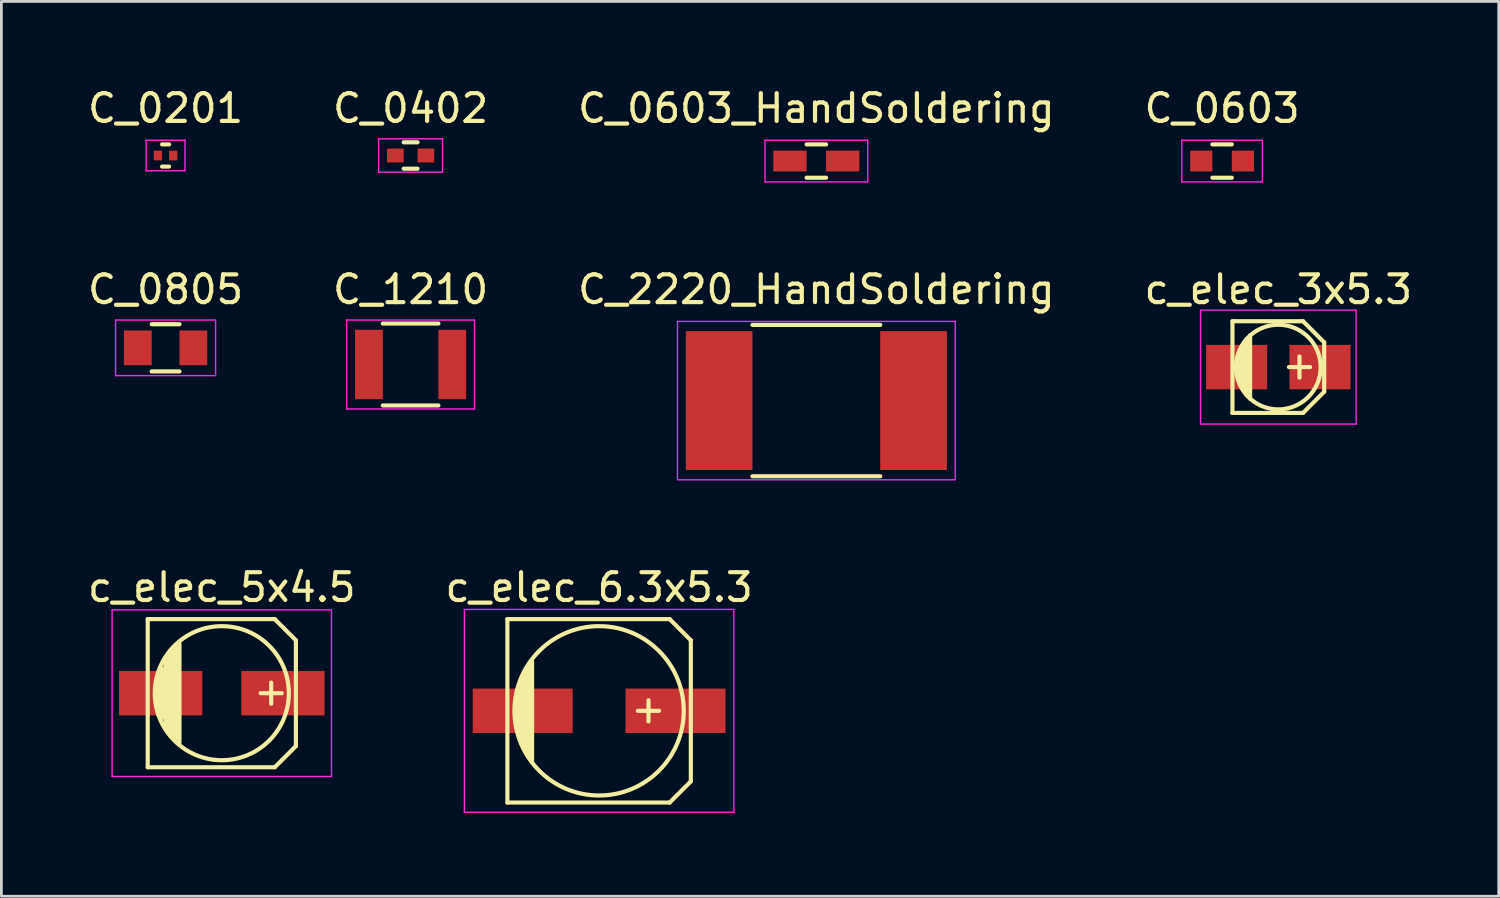
<source format=kicad_pcb>
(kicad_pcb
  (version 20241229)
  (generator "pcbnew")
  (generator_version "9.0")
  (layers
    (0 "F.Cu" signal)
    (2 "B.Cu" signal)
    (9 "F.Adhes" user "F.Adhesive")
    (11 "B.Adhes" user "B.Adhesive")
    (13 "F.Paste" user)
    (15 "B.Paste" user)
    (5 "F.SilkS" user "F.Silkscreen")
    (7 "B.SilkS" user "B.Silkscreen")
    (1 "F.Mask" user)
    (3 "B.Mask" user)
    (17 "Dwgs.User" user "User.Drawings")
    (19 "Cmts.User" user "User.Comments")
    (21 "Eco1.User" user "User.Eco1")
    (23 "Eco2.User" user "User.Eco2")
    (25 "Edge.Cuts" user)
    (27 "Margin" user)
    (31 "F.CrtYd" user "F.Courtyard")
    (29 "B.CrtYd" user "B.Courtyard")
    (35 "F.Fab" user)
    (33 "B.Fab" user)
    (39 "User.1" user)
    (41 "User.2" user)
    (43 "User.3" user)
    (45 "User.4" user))
  (footprint "C_0805"
    (layer "F.Cu")
    (at 2.911 9.472)
    (property "Reference" "C_0805" (at 0 -2.1 0) (layer "F.SilkS") (effects (font (size 1 1) (thickness 0.15))))
    (attr smd)
    (fp_line (start -0.5 0.85) (end 0.5 0.85) (stroke (width 0.15) (type solid)) (layer "F.SilkS"))
    (fp_line (start 0.5 -0.85) (end -0.5 -0.85) (stroke (width 0.15) (type solid)) (layer "F.SilkS"))
    (fp_line (start -1.8 -1) (end -1.8 1) (stroke (width 0.05) (type solid)) (layer "F.CrtYd"))
    (fp_line (start -1.8 -1) (end 1.8 -1) (stroke (width 0.05) (type solid)) (layer "F.CrtYd"))
    (fp_line (start -1.8 1) (end 1.8 1) (stroke (width 0.05) (type solid)) (layer "F.CrtYd"))
    (fp_line (start 1.8 -1) (end 1.8 1) (stroke (width 0.05) (type solid)) (layer "F.CrtYd"))
    (pad "1" smd rect (at -1 0) (size 1 1.25) (layers "F.Cu" "F.Mask" "F.Paste"))
    (pad "2" smd rect (at 1 0) (size 1 1.25) (layers "F.Cu" "F.Mask" "F.Paste")))
  (footprint "C_0201"
    (layer "F.Cu")
    (at 2.911 2.548)
    (property "Reference" "C_0201" (at 0 -1.7 0) (layer "F.SilkS") (effects (font (size 1 1) (thickness 0.15))))
    (attr smd)
    (fp_line (start -0.125 -0.4) (end 0.125 -0.4) (stroke (width 0.15) (type solid)) (layer "F.SilkS"))
    (fp_line (start 0.125 0.4) (end -0.125 0.4) (stroke (width 0.15) (type solid)) (layer "F.SilkS"))
    (fp_line (start -0.7 -0.55) (end -0.7 0.55) (stroke (width 0.05) (type solid)) (layer "F.CrtYd"))
    (fp_line (start -0.7 -0.55) (end 0.7 -0.55) (stroke (width 0.05) (type solid)) (layer "F.CrtYd"))
    (fp_line (start -0.7 0.55) (end 0.7 0.55) (stroke (width 0.05) (type solid)) (layer "F.CrtYd"))
    (fp_line (start 0.7 -0.55) (end 0.7 0.55) (stroke (width 0.05) (type solid)) (layer "F.CrtYd"))
    (pad "1" smd rect (at -0.275 0) (size 0.3 0.35) (layers "F.Cu" "F.Mask" "F.Paste"))
    (pad "2" smd rect (at 0.275 0) (size 0.3 0.35) (layers "F.Cu" "F.Mask" "F.Paste")))
  (footprint "c_elec_3x5.3"
    (layer "F.Cu")
    (at 42.97 10.165)
    (property "Reference" "c_elec_3x5.3" (at 0 -2.794 0) (layer "F.SilkS") (effects (font (size 1 1) (thickness 0.15))))
    (attr smd)
    (fp_line (start -1.651 -1.651) (end -1.651 1.651) (stroke (width 0.15) (type solid)) (layer "F.SilkS"))
    (fp_line (start -1.651 1.651) (end 0.889 1.651) (stroke (width 0.15) (type solid)) (layer "F.SilkS"))
    (fp_line (start -1.397 -0.508) (end -1.397 0.508) (stroke (width 0.15) (type solid)) (layer "F.SilkS"))
    (fp_line (start -1.27 -0.762) (end -1.27 0.762) (stroke (width 0.15) (type solid)) (layer "F.SilkS"))
    (fp_line (start -1.143 -1.016) (end -1.143 1.016) (stroke (width 0.15) (type solid)) (layer "F.SilkS"))
    (fp_line (start -1.016 -1.143) (end -1.016 1.143) (stroke (width 0.15) (type solid)) (layer "F.SilkS"))
    (fp_line (start 0.762 -0.381) (end 0.762 0.381) (stroke (width 0.15) (type solid)) (layer "F.SilkS"))
    (fp_line (start 0.889 -1.651) (end -1.651 -1.651) (stroke (width 0.15) (type solid)) (layer "F.SilkS"))
    (fp_line (start 0.889 1.651) (end 1.651 0.889) (stroke (width 0.15) (type solid)) (layer "F.SilkS"))
    (fp_line (start 1.143 0) (end 0.381 0) (stroke (width 0.15) (type solid)) (layer "F.SilkS"))
    (fp_line (start 1.651 -0.889) (end 0.889 -1.651) (stroke (width 0.15) (type solid)) (layer "F.SilkS"))
    (fp_line (start 1.651 0.889) (end 1.651 -0.889) (stroke (width 0.15) (type solid)) (layer "F.SilkS"))
    (fp_circle (center 0 0) (end 1.524 0) (stroke (width 0.15) (type solid)) (fill no) (layer "F.SilkS"))
    (fp_line (start -2.8 -2.05) (end -2.8 2.05) (stroke (width 0.05) (type solid)) (layer "F.CrtYd"))
    (fp_line (start -2.8 2.05) (end 2.8 2.05) (stroke (width 0.05) (type solid)) (layer "F.CrtYd"))
    (fp_line (start 2.8 -2.05) (end -2.8 -2.05) (stroke (width 0.05) (type solid)) (layer "F.CrtYd"))
    (fp_line (start 2.8 2.05) (end 2.8 -2.05) (stroke (width 0.05) (type solid)) (layer "F.CrtYd"))
    (pad "1" smd rect (at 1.501 0) (size 2.2 1.6) (layers "F.Cu" "F.Mask" "F.Paste"))
    (pad "2" smd rect (at -1.501 0) (size 2.2 1.6) (layers "F.Cu" "F.Mask" "F.Paste")))
  (footprint "C_0402"
    (layer "F.Cu")
    (at 11.732 2.548)
    (property "Reference" "C_0402" (at 0 -1.7 0) (layer "F.SilkS") (effects (font (size 1 1) (thickness 0.15))))
    (attr smd)
    (fp_line (start -0.25 0.475) (end 0.25 0.475) (stroke (width 0.15) (type solid)) (layer "F.SilkS"))
    (fp_line (start 0.25 -0.475) (end -0.25 -0.475) (stroke (width 0.15) (type solid)) (layer "F.SilkS"))
    (fp_line (start -1.15 -0.6) (end -1.15 0.6) (stroke (width 0.05) (type solid)) (layer "F.CrtYd"))
    (fp_line (start -1.15 -0.6) (end 1.15 -0.6) (stroke (width 0.05) (type solid)) (layer "F.CrtYd"))
    (fp_line (start -1.15 0.6) (end 1.15 0.6) (stroke (width 0.05) (type solid)) (layer "F.CrtYd"))
    (fp_line (start 1.15 -0.6) (end 1.15 0.6) (stroke (width 0.05) (type solid)) (layer "F.CrtYd"))
    (pad "1" smd rect (at -0.55 0) (size 0.6 0.5) (layers "F.Cu" "F.Mask" "F.Paste"))
    (pad "2" smd rect (at 0.55 0) (size 0.6 0.5) (layers "F.Cu" "F.Mask" "F.Paste")))
  (footprint "C_0603"
    (layer "F.Cu")
    (at 40.946 2.748)
    (property "Reference" "C_0603" (at 0 -1.9 0) (layer "F.SilkS") (effects (font (size 1 1) (thickness 0.15))))
    (attr smd)
    (fp_line (start -0.35 -0.6) (end 0.35 -0.6) (stroke (width 0.15) (type solid)) (layer "F.SilkS"))
    (fp_line (start 0.35 0.6) (end -0.35 0.6) (stroke (width 0.15) (type solid)) (layer "F.SilkS"))
    (fp_line (start -1.45 -0.75) (end -1.45 0.75) (stroke (width 0.05) (type solid)) (layer "F.CrtYd"))
    (fp_line (start -1.45 -0.75) (end 1.45 -0.75) (stroke (width 0.05) (type solid)) (layer "F.CrtYd"))
    (fp_line (start -1.45 0.75) (end 1.45 0.75) (stroke (width 0.05) (type solid)) (layer "F.CrtYd"))
    (fp_line (start 1.45 -0.75) (end 1.45 0.75) (stroke (width 0.05) (type solid)) (layer "F.CrtYd"))
    (pad "1" smd rect (at -0.75 0) (size 0.8 0.75) (layers "F.Cu" "F.Mask" "F.Paste"))
    (pad "2" smd rect (at 0.75 0) (size 0.8 0.75) (layers "F.Cu" "F.Mask" "F.Paste")))
  (footprint "C_2220_HandSoldering"
    (layer "F.Cu")
    (at 26.339 11.371)
    (property "Reference" "C_2220_HandSoldering" (at 0 -4 0) (layer "F.SilkS") (effects (font (size 1 1) (thickness 0.15))))
    (attr smd)
    (fp_line (start -2.3 2.725) (end 2.3 2.725) (stroke (width 0.15) (type solid)) (layer "F.SilkS"))
    (fp_line (start 2.3 -2.725) (end -2.3 -2.725) (stroke (width 0.15) (type solid)) (layer "F.SilkS"))
    (fp_line (start -5 -2.85) (end -5 2.85) (stroke (width 0.05) (type solid)) (layer "F.CrtYd"))
    (fp_line (start -5 -2.85) (end 5 -2.85) (stroke (width 0.05) (type solid)) (layer "F.CrtYd"))
    (fp_line (start -5 2.85) (end 5 2.85) (stroke (width 0.05) (type solid)) (layer "F.CrtYd"))
    (fp_line (start 5 -2.85) (end 5 2.85) (stroke (width 0.05) (type solid)) (layer "F.CrtYd"))
    (pad "1" smd rect (at -3.5 0) (size 2.4 5) (layers "F.Cu" "F.Mask" "F.Paste"))
    (pad "2" smd rect (at 3.5 0) (size 2.4 5) (layers "F.Cu" "F.Mask" "F.Paste")))
  (footprint "C_0603_HandSoldering"
    (layer "F.Cu")
    (at 26.339 2.748)
    (property "Reference" "C_0603_HandSoldering" (at 0 -1.9 0) (layer "F.SilkS") (effects (font (size 1 1) (thickness 0.15))))
    (attr smd)
    (fp_line (start -0.35 -0.6) (end 0.35 -0.6) (stroke (width 0.15) (type solid)) (layer "F.SilkS"))
    (fp_line (start 0.35 0.6) (end -0.35 0.6) (stroke (width 0.15) (type solid)) (layer "F.SilkS"))
    (fp_line (start -1.85 -0.75) (end -1.85 0.75) (stroke (width 0.05) (type solid)) (layer "F.CrtYd"))
    (fp_line (start -1.85 -0.75) (end 1.85 -0.75) (stroke (width 0.05) (type solid)) (layer "F.CrtYd"))
    (fp_line (start -1.85 0.75) (end 1.85 0.75) (stroke (width 0.05) (type solid)) (layer "F.CrtYd"))
    (fp_line (start 1.85 -0.75) (end 1.85 0.75) (stroke (width 0.05) (type solid)) (layer "F.CrtYd"))
    (pad "1" smd rect (at -0.95 0) (size 1.2 0.75) (layers "F.Cu" "F.Mask" "F.Paste"))
    (pad "2" smd rect (at 0.95 0) (size 1.2 0.75) (layers "F.Cu" "F.Mask" "F.Paste")))
  (footprint "c_elec_5x4.5"
    (layer "F.Cu")
    (at 4.935 21.905)
    (property "Reference" "c_elec_5x4.5" (at 0 -3.81 0) (layer "F.SilkS") (effects (font (size 1 1) (thickness 0.15))))
    (attr smd)
    (fp_line (start -2.667 -2.667) (end 1.905 -2.667) (stroke (width 0.15) (type solid)) (layer "F.SilkS"))
    (fp_line (start -2.667 2.667) (end -2.667 -2.667) (stroke (width 0.15) (type solid)) (layer "F.SilkS"))
    (fp_line (start -2.286 -0.635) (end -2.286 0.762) (stroke (width 0.15) (type solid)) (layer "F.SilkS"))
    (fp_line (start -2.159 -0.889) (end -2.159 0.889) (stroke (width 0.15) (type solid)) (layer "F.SilkS"))
    (fp_line (start -2.032 -1.27) (end -2.032 1.27) (stroke (width 0.15) (type solid)) (layer "F.SilkS"))
    (fp_line (start -1.905 1.397) (end -1.905 -1.397) (stroke (width 0.15) (type solid)) (layer "F.SilkS"))
    (fp_line (start -1.778 -1.524) (end -1.778 1.524) (stroke (width 0.15) (type solid)) (layer "F.SilkS"))
    (fp_line (start -1.651 1.651) (end -1.651 -1.651) (stroke (width 0.15) (type solid)) (layer "F.SilkS"))
    (fp_line (start -1.524 -1.778) (end -1.524 1.778) (stroke (width 0.15) (type solid)) (layer "F.SilkS"))
    (fp_line (start 1.778 -0.381) (end 1.778 0.381) (stroke (width 0.15) (type solid)) (layer "F.SilkS"))
    (fp_line (start 1.905 -2.667) (end 2.667 -1.905) (stroke (width 0.15) (type solid)) (layer "F.SilkS"))
    (fp_line (start 1.905 2.667) (end -2.667 2.667) (stroke (width 0.15) (type solid)) (layer "F.SilkS"))
    (fp_line (start 2.159 0) (end 1.397 0) (stroke (width 0.15) (type solid)) (layer "F.SilkS"))
    (fp_line (start 2.667 -1.905) (end 2.667 1.905) (stroke (width 0.15) (type solid)) (layer "F.SilkS"))
    (fp_line (start 2.667 1.905) (end 1.905 2.667) (stroke (width 0.15) (type solid)) (layer "F.SilkS"))
    (fp_circle (center 0 0) (end -2.413 0) (stroke (width 0.15) (type solid)) (fill no) (layer "F.SilkS"))
    (fp_line (start -3.95 -3) (end 3.95 -3) (stroke (width 0.05) (type solid)) (layer "F.CrtYd"))
    (fp_line (start -3.95 3) (end -3.95 -3) (stroke (width 0.05) (type solid)) (layer "F.CrtYd"))
    (fp_line (start 3.95 -3) (end 3.95 3) (stroke (width 0.05) (type solid)) (layer "F.CrtYd"))
    (fp_line (start 3.95 3) (end -3.95 3) (stroke (width 0.05) (type solid)) (layer "F.CrtYd"))
    (pad "1" smd rect (at 2.2 0) (size 3 1.6) (layers "F.Cu" "F.Mask" "F.Paste"))
    (pad "2" smd rect (at -2.2 0) (size 3 1.6) (layers "F.Cu" "F.Mask" "F.Paste")))
  (footprint "c_elec_6.3x5.3"
    (layer "F.Cu")
    (at 18.518 22.54)
    (property "Reference" "c_elec_6.3x5.3" (at 0 -4.445 0) (layer "F.SilkS") (effects (font (size 1 1) (thickness 0.15))))
    (attr smd)
    (fp_line (start -3.302 -3.302) (end -3.302 3.302) (stroke (width 0.15) (type solid)) (layer "F.SilkS"))
    (fp_line (start -3.302 3.302) (end 2.54 3.302) (stroke (width 0.15) (type solid)) (layer "F.SilkS"))
    (fp_line (start -2.921 -0.762) (end -2.921 0.762) (stroke (width 0.15) (type solid)) (layer "F.SilkS"))
    (fp_line (start -2.794 1.143) (end -2.794 -1.143) (stroke (width 0.15) (type solid)) (layer "F.SilkS"))
    (fp_line (start -2.667 -1.397) (end -2.667 1.397) (stroke (width 0.15) (type solid)) (layer "F.SilkS"))
    (fp_line (start -2.54 1.651) (end -2.54 -1.651) (stroke (width 0.15) (type solid)) (layer "F.SilkS"))
    (fp_line (start -2.413 -1.778) (end -2.413 1.778) (stroke (width 0.15) (type solid)) (layer "F.SilkS"))
    (fp_line (start 1.778 -0.381) (end 1.778 0.381) (stroke (width 0.15) (type solid)) (layer "F.SilkS"))
    (fp_line (start 2.159 0) (end 1.397 0) (stroke (width 0.15) (type solid)) (layer "F.SilkS"))
    (fp_line (start 2.54 -3.302) (end -3.302 -3.302) (stroke (width 0.15) (type solid)) (layer "F.SilkS"))
    (fp_line (start 2.54 3.302) (end 3.302 2.54) (stroke (width 0.15) (type solid)) (layer "F.SilkS"))
    (fp_line (start 3.302 -2.54) (end 2.54 -3.302) (stroke (width 0.15) (type solid)) (layer "F.SilkS"))
    (fp_line (start 3.302 2.54) (end 3.302 -2.54) (stroke (width 0.15) (type solid)) (layer "F.SilkS"))
    (fp_circle (center 0 0) (end -3.048 0) (stroke (width 0.15) (type solid)) (fill no) (layer "F.SilkS"))
    (fp_line (start -4.85 -3.65) (end 4.85 -3.65) (stroke (width 0.05) (type solid)) (layer "F.CrtYd"))
    (fp_line (start -4.85 3.65) (end -4.85 -3.65) (stroke (width 0.05) (type solid)) (layer "F.CrtYd"))
    (fp_line (start 4.85 -3.65) (end 4.85 3.65) (stroke (width 0.05) (type solid)) (layer "F.CrtYd"))
    (fp_line (start 4.85 3.65) (end -4.85 3.65) (stroke (width 0.05) (type solid)) (layer "F.CrtYd"))
    (pad "1" smd rect (at 2.751 0) (size 3.599 1.6) (layers "F.Cu" "F.Mask" "F.Paste"))
    (pad "2" smd rect (at -2.751 0) (size 3.599 1.6) (layers "F.Cu" "F.Mask" "F.Paste")))
  (footprint "C_1210"
    (layer "F.Cu")
    (at 11.732 10.072)
    (property "Reference" "C_1210" (at 0 -2.7 0) (layer "F.SilkS") (effects (font (size 1 1) (thickness 0.15))))
    (attr smd)
    (fp_line (start -1 1.475) (end 1 1.475) (stroke (width 0.15) (type solid)) (layer "F.SilkS"))
    (fp_line (start 1 -1.475) (end -1 -1.475) (stroke (width 0.15) (type solid)) (layer "F.SilkS"))
    (fp_line (start -2.3 -1.6) (end -2.3 1.6) (stroke (width 0.05) (type solid)) (layer "F.CrtYd"))
    (fp_line (start -2.3 -1.6) (end 2.3 -1.6) (stroke (width 0.05) (type solid)) (layer "F.CrtYd"))
    (fp_line (start -2.3 1.6) (end 2.3 1.6) (stroke (width 0.05) (type solid)) (layer "F.CrtYd"))
    (fp_line (start 2.3 -1.6) (end 2.3 1.6) (stroke (width 0.05) (type solid)) (layer "F.CrtYd"))
    (pad "1" smd rect (at -1.5 0) (size 1 2.5) (layers "F.Cu" "F.Mask" "F.Paste"))
    (pad "2" smd rect (at 1.5 0) (size 1 2.5) (layers "F.Cu" "F.Mask" "F.Paste")))
  (gr_rect
    (start -3 -3)
    (end 50.905 29.215)
    (stroke (width 0.1) (type default))
    (fill no)
    (layer "Edge.Cuts")))
</source>
